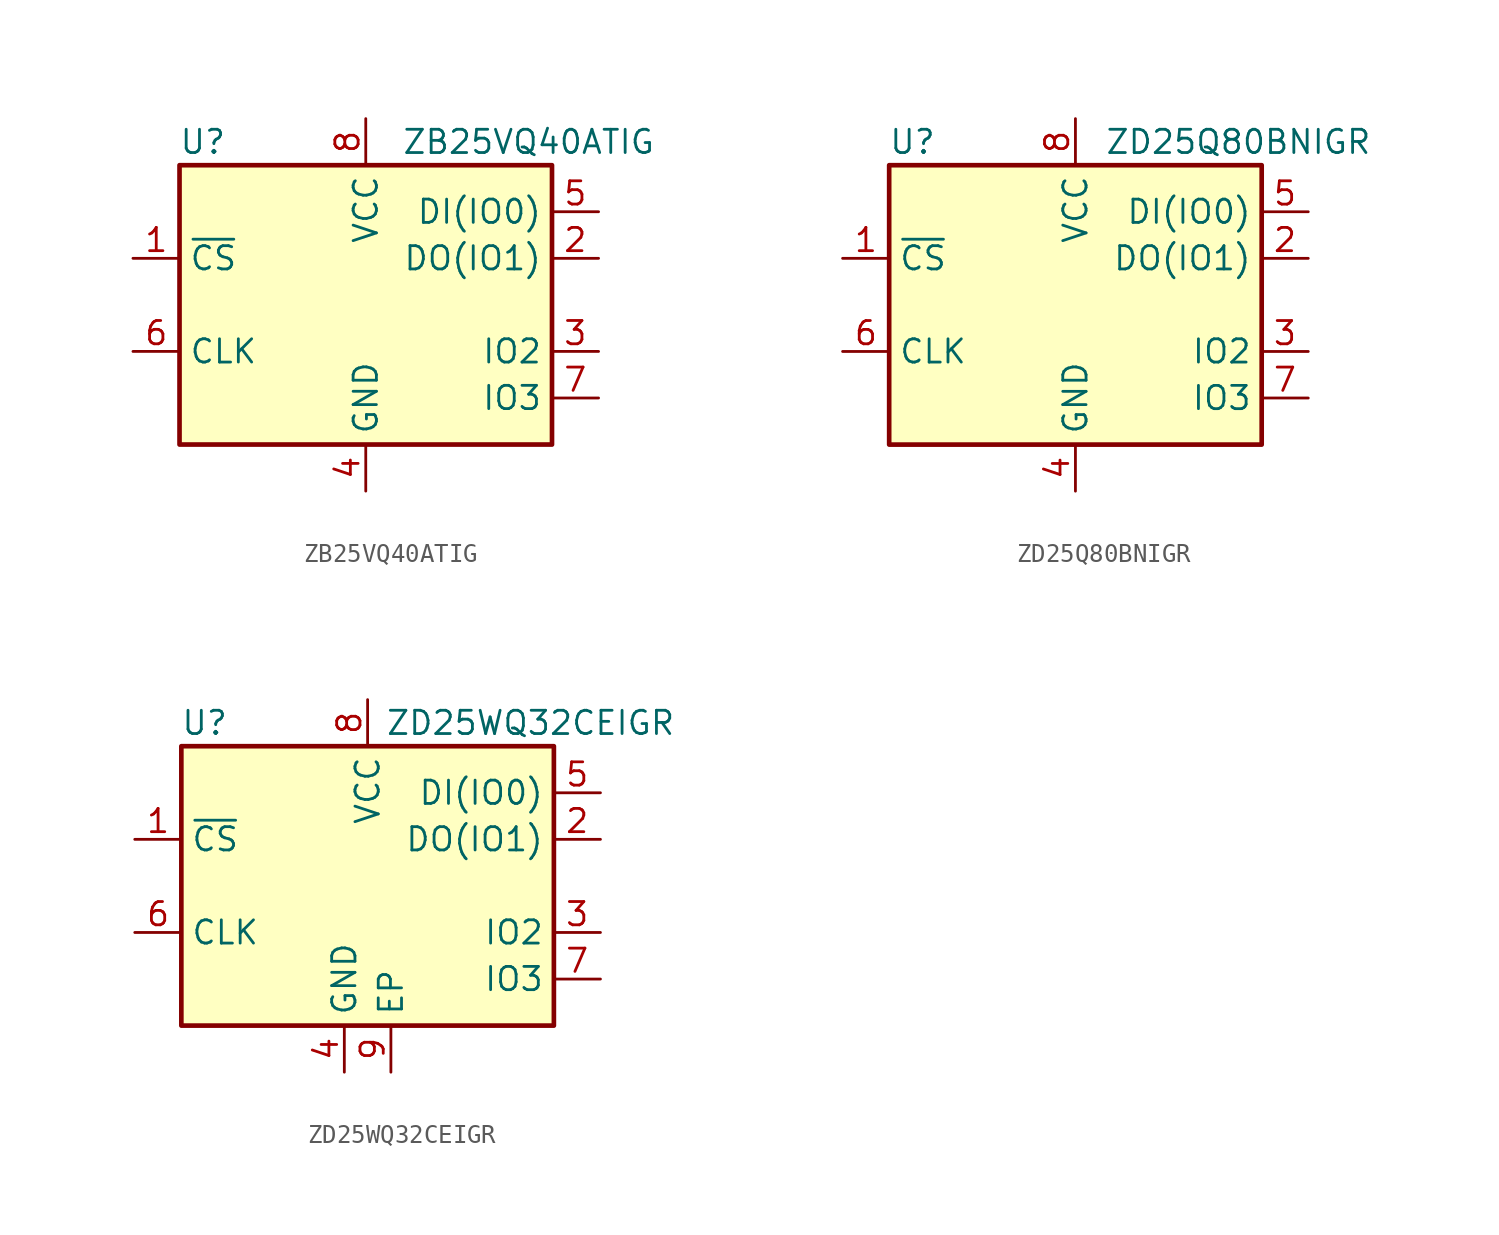
<source format=kicad_sym>
(kicad_symbol_lib
  (version 20231120)
  (generator "kicad_symbol_editor")
  (generator_version "8.0")
  (symbol "ZB25VQ40ATIG"
    (property "Reference" "U"
      (at -8.89 8.89 0)
      (effects (font (size 1.27 1.27))))
    (property "Value" "ZB25VQ40ATIG"
      (at 8.89 8.89 0)
      (effects (font (size 1.27 1.27))))
    (symbol "ZB25VQ40ATIG_0_1"
      (rectangle (start -10.16 7.62) (end 10.16 -7.62) (stroke (width 0.254) (type default)) (fill (type background))))
    (symbol "ZB25VQ40ATIG_1_1"
      (pin input line (at -12.7 2.54 0) (length 2.54) (name "~{CS}" (effects (font (size 1.27 1.27)))) (number "1" (effects (font (size 1.27 1.27)))))
      (pin bidirectional line (at 12.7 2.54 180) (length 2.54) (name "DO(IO1)" (effects (font (size 1.27 1.27)))) (number "2" (effects (font (size 1.27 1.27)))))
      (pin bidirectional line (at 12.7 -2.54 180) (length 2.54) (name "IO2" (effects (font (size 1.27 1.27)))) (number "3" (effects (font (size 1.27 1.27)))))
      (pin power_in line (at 0 -10.16 90) (length 2.54) (name "GND" (effects (font (size 1.27 1.27)))) (number "4" (effects (font (size 1.27 1.27)))))
      (pin bidirectional line (at 12.7 5.08 180) (length 2.54) (name "DI(IO0)" (effects (font (size 1.27 1.27)))) (number "5" (effects (font (size 1.27 1.27)))))
      (pin input line (at -12.7 -2.54 0) (length 2.54) (name "CLK" (effects (font (size 1.27 1.27)))) (number "6" (effects (font (size 1.27 1.27)))))
      (pin bidirectional line (at 12.7 -5.08 180) (length 2.54) (name "IO3" (effects (font (size 1.27 1.27)))) (number "7" (effects (font (size 1.27 1.27)))))
      (pin power_in line (at 0 10.16 270) (length 2.54) (name "VCC" (effects (font (size 1.27 1.27)))) (number "8" (effects (font (size 1.27 1.27)))))))
  (symbol "ZD25Q80BNIGR"
    (property "Reference" "U"
      (at -8.89 8.89 0)
      (effects (font (size 1.27 1.27))))
    (property "Value" "ZD25Q80BNIGR"
      (at 8.89 8.89 0)
      (effects (font (size 1.27 1.27))))
    (symbol "ZD25Q80BNIGR_0_1"
      (rectangle (start -10.16 7.62) (end 10.16 -7.62) (stroke (width 0.254) (type default)) (fill (type background))))
    (symbol "ZD25Q80BNIGR_1_1"
      (pin input line (at -12.7 2.54 0) (length 2.54) (name "~{CS}" (effects (font (size 1.27 1.27)))) (number "1" (effects (font (size 1.27 1.27)))))
      (pin bidirectional line (at 12.7 2.54 180) (length 2.54) (name "DO(IO1)" (effects (font (size 1.27 1.27)))) (number "2" (effects (font (size 1.27 1.27)))))
      (pin bidirectional line (at 12.7 -2.54 180) (length 2.54) (name "IO2" (effects (font (size 1.27 1.27)))) (number "3" (effects (font (size 1.27 1.27)))))
      (pin power_in line (at 0 -10.16 90) (length 2.54) (name "GND" (effects (font (size 1.27 1.27)))) (number "4" (effects (font (size 1.27 1.27)))))
      (pin bidirectional line (at 12.7 5.08 180) (length 2.54) (name "DI(IO0)" (effects (font (size 1.27 1.27)))) (number "5" (effects (font (size 1.27 1.27)))))
      (pin input line (at -12.7 -2.54 0) (length 2.54) (name "CLK" (effects (font (size 1.27 1.27)))) (number "6" (effects (font (size 1.27 1.27)))))
      (pin bidirectional line (at 12.7 -5.08 180) (length 2.54) (name "IO3" (effects (font (size 1.27 1.27)))) (number "7" (effects (font (size 1.27 1.27)))))
      (pin power_in line (at 0 10.16 270) (length 2.54) (name "VCC" (effects (font (size 1.27 1.27)))) (number "8" (effects (font (size 1.27 1.27)))))))
  (symbol "ZD25WQ32CEIGR"
    (property "Reference" "U"
      (at -8.89 8.89 0)
      (effects (font (size 1.27 1.27))))
    (property "Value" "ZD25WQ32CEIGR"
      (at 8.89 8.89 0)
      (effects (font (size 1.27 1.27))))
    (symbol "ZD25WQ32CEIGR_0_1"
      (rectangle (start -10.16 7.62) (end 10.16 -7.62) (stroke (width 0.254) (type default)) (fill (type background))))
    (symbol "ZD25WQ32CEIGR_1_1"
      (pin input line (at -12.7 2.54 0) (length 2.54) (name "~{CS}" (effects (font (size 1.27 1.27)))) (number "1" (effects (font (size 1.27 1.27)))))
      (pin bidirectional line (at 12.7 2.54 180) (length 2.54) (name "DO(IO1)" (effects (font (size 1.27 1.27)))) (number "2" (effects (font (size 1.27 1.27)))))
      (pin bidirectional line (at 12.7 -2.54 180) (length 2.54) (name "IO2" (effects (font (size 1.27 1.27)))) (number "3" (effects (font (size 1.27 1.27)))))
      (pin power_in line (at -1.27 -10.16 90) (length 2.54) (name "GND" (effects (font (size 1.27 1.27)))) (number "4" (effects (font (size 1.27 1.27)))))
      (pin bidirectional line (at 12.7 5.08 180) (length 2.54) (name "DI(IO0)" (effects (font (size 1.27 1.27)))) (number "5" (effects (font (size 1.27 1.27)))))
      (pin input line (at -12.7 -2.54 0) (length 2.54) (name "CLK" (effects (font (size 1.27 1.27)))) (number "6" (effects (font (size 1.27 1.27)))))
      (pin bidirectional line (at 12.7 -5.08 180) (length 2.54) (name "IO3" (effects (font (size 1.27 1.27)))) (number "7" (effects (font (size 1.27 1.27)))))
      (pin power_in line (at 0 10.16 270) (length 2.54) (name "VCC" (effects (font (size 1.27 1.27)))) (number "8" (effects (font (size 1.27 1.27)))))
      (pin passive line (at 1.27 -10.16 90) (length 2.54) (name "EP" (effects (font (size 1.27 1.27)))) (number "9" (effects (font (size 1.27 1.27))))))))
</source>
